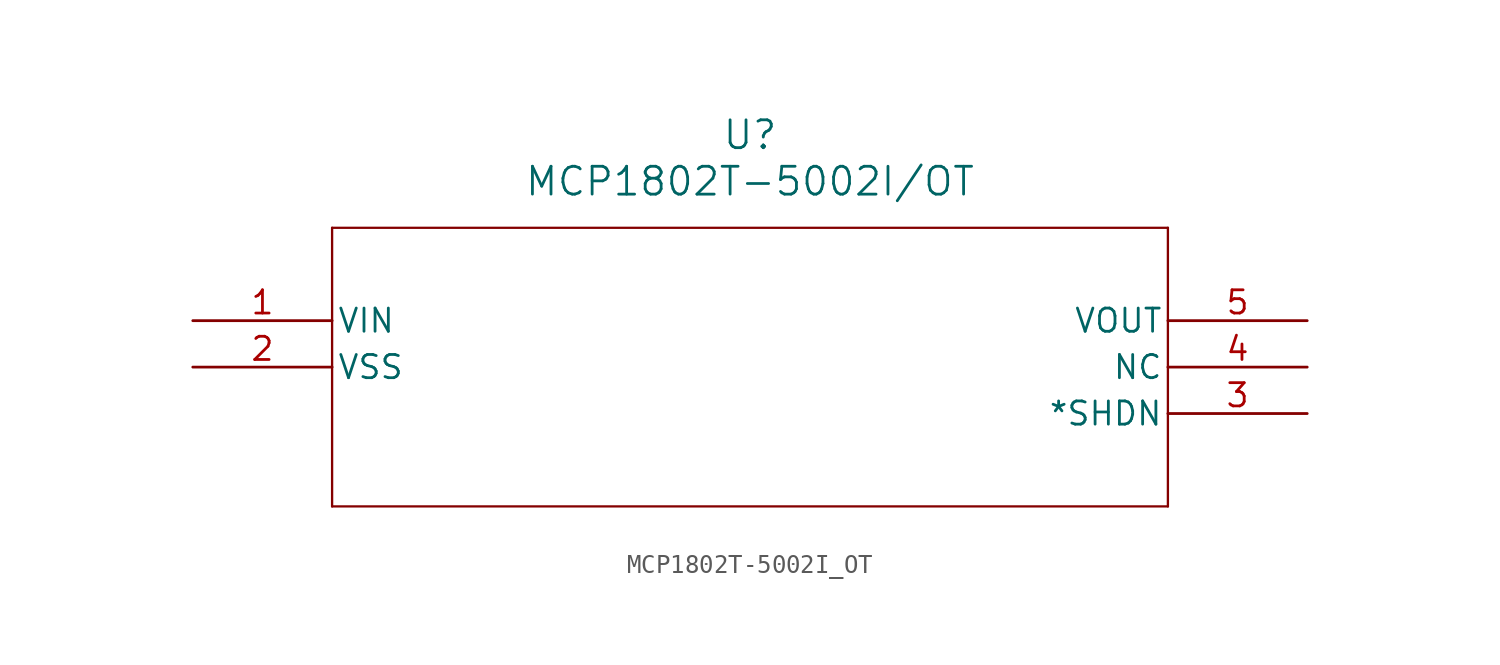
<source format=kicad_sym>
(kicad_symbol_lib
  (version 20211014)
  (generator kicad_symbol_editor)
  (symbol "MCP1802T-5002I_OT"
    (pin_names
      (offset 0.254))
    (property "Reference" "U"
      (at 30.48 10.16 0)
      (effects (font (size 1.524 1.524))))
    (property "Value" "MCP1802T-5002I/OT"
      (at 30.48 7.62 0)
      (effects (font (size 1.524 1.524))))
    (symbol "MCP1802T-5002I_OT_0_1"
      (polyline (pts (xy 7.62 5.08) (xy 7.62 -10.16)) (stroke (width 0.127) (type default) (color 0 0 0 0)) (fill (type none)))
      (polyline (pts (xy 7.62 -10.16) (xy 53.34 -10.16)) (stroke (width 0.127) (type default) (color 0 0 0 0)) (fill (type none)))
      (polyline (pts (xy 53.34 -10.16) (xy 53.34 5.08)) (stroke (width 0.127) (type default) (color 0 0 0 0)) (fill (type none)))
      (polyline (pts (xy 53.34 5.08) (xy 7.62 5.08)) (stroke (width 0.127) (type default) (color 0 0 0 0)) (fill (type none)))
      (pin unspecified line (at 0 0 0) (length 7.62) (name "VIN" (effects (font (size 1.27 1.27)))) (number "1" (effects (font (size 1.27 1.27)))))
      (pin unspecified line (at 0 -2.54 0) (length 7.62) (name "VSS" (effects (font (size 1.27 1.27)))) (number "2" (effects (font (size 1.27 1.27)))))
      (pin unspecified line (at 60.96 -5.08 180) (length 7.62) (name "*SHDN" (effects (font (size 1.27 1.27)))) (number "3" (effects (font (size 1.27 1.27)))))
      (pin unspecified line (at 60.96 -2.54 180) (length 7.62) (name "NC" (effects (font (size 1.27 1.27)))) (number "4" (effects (font (size 1.27 1.27)))))
      (pin unspecified line (at 60.96 0 180) (length 7.62) (name "VOUT" (effects (font (size 1.27 1.27)))) (number "5" (effects (font (size 1.27 1.27))))))))
</source>
